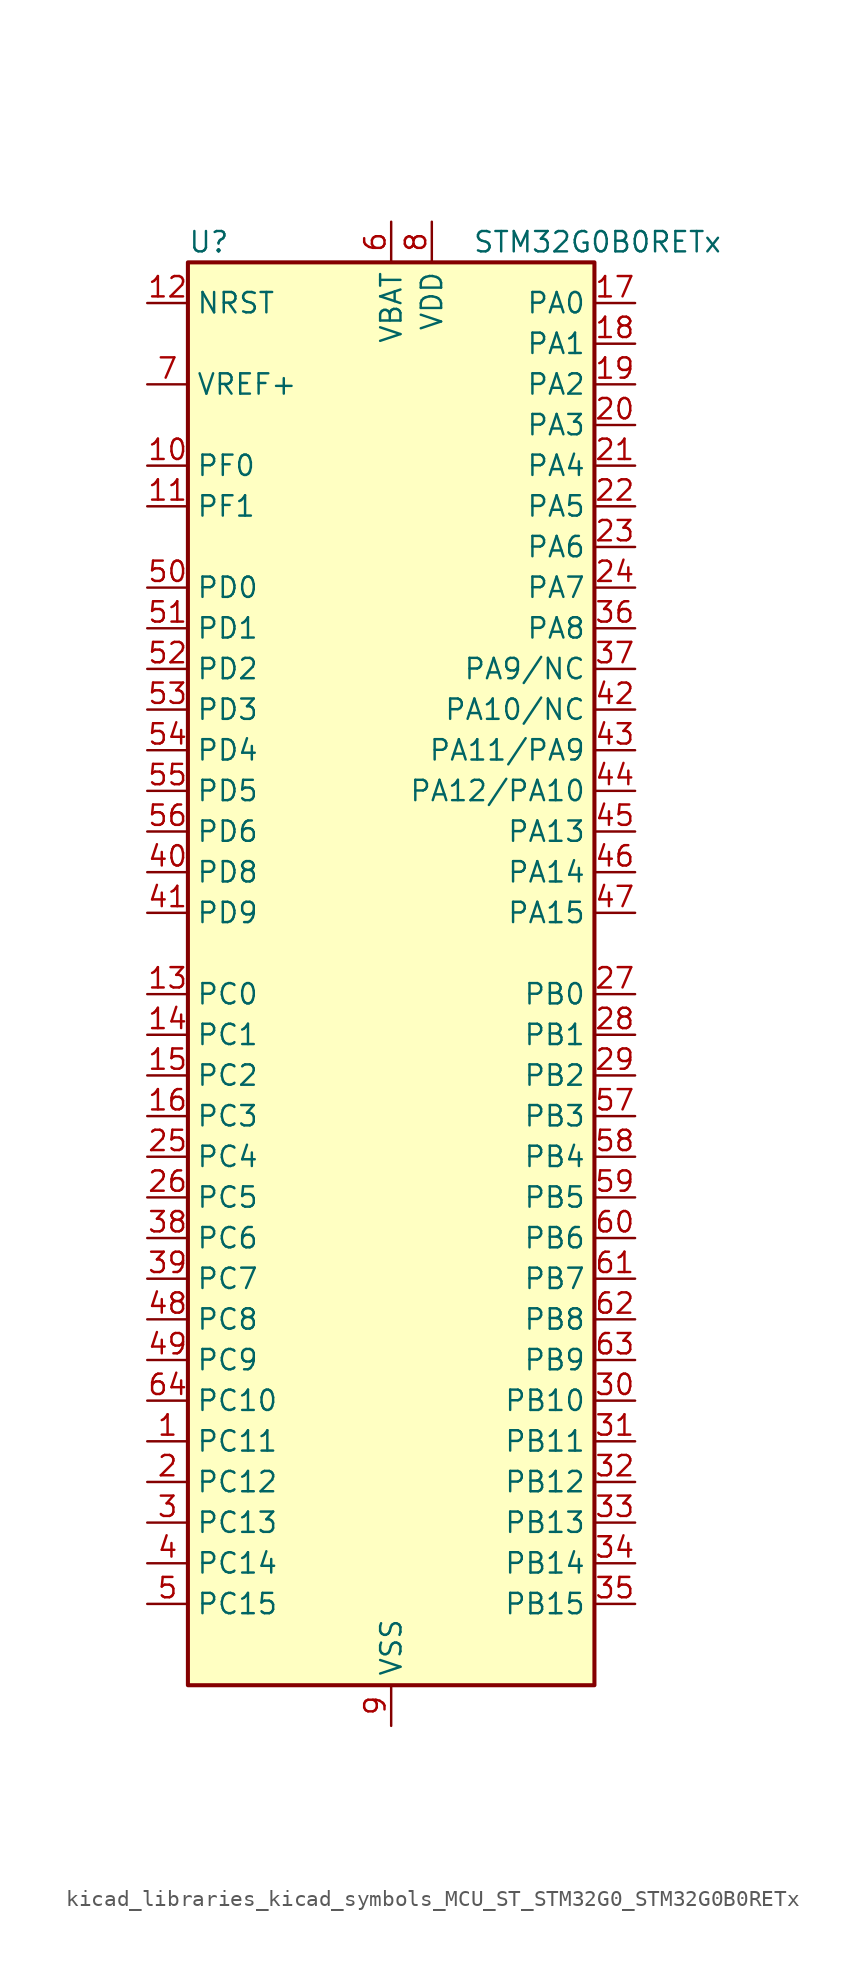
<source format=kicad_sym>
(kicad_symbol_lib
  (version 20220914)
  (generator kicad_symbol_editor)
  (symbol "kicad_libraries_kicad_symbols_MCU_ST_STM32G0_STM32G0B0RETx"
    (property "Reference" "U"
      (at -12.7 46.99 0)
      (effects (font (size 1.27 1.27)) (justify left)))
    (property "Value" "STM32G0B0RETx"
      (at 5.08 46.99 0)
      (effects (font (size 1.27 1.27)) (justify left)))
    (property "ki_locked" ""
      (at 0 0 0)
      (effects (font (size 1.27 1.27))))
    (symbol "kicad_libraries_kicad_symbols_MCU_ST_STM32G0_STM32G0B0RETx_0_1"
      (rectangle (start -12.7 -43.18) (end 12.7 45.72) (stroke (width 0.254) (type default)) (fill (type background))))
    (symbol "kicad_libraries_kicad_symbols_MCU_ST_STM32G0_STM32G0B0RETx_1_1"
      (pin bidirectional line (at -15.24 -27.94 0) (length 2.54) (name "PC11" (effects (font (size 1.27 1.27)))) (number "1" (effects (font (size 1.27 1.27)))) (alternate "ADC1_EXTI11" bidirectional line) (alternate "SPI3_MISO" bidirectional line) (alternate "TIM1_CH4" bidirectional line) (alternate "USART3_RX" bidirectional line) (alternate "USART4_RX" bidirectional line))
      (pin bidirectional line (at -15.24 33.02 0) (length 2.54) (name "PF0" (effects (font (size 1.27 1.27)))) (number "10" (effects (font (size 1.27 1.27)))) (alternate "CRS1_SYNC" bidirectional line) (alternate "RCC_OSC_IN" bidirectional line) (alternate "TIM14_CH1" bidirectional line))
      (pin bidirectional line (at -15.24 30.48 0) (length 2.54) (name "PF1" (effects (font (size 1.27 1.27)))) (number "11" (effects (font (size 1.27 1.27)))) (alternate "RCC_OSC_EN" bidirectional line) (alternate "RCC_OSC_OUT" bidirectional line) (alternate "TIM15_CH1N" bidirectional line))
      (pin input line (at -15.24 43.18 0) (length 2.54) (name "NRST" (effects (font (size 1.27 1.27)))) (number "12" (effects (font (size 1.27 1.27)))))
      (pin bidirectional line (at -15.24 0 0) (length 2.54) (name "PC0" (effects (font (size 1.27 1.27)))) (number "13" (effects (font (size 1.27 1.27)))) (alternate "I2C3_SCL" bidirectional line) (alternate "USART6_TX" bidirectional line))
      (pin bidirectional line (at -15.24 -2.54 0) (length 2.54) (name "PC1" (effects (font (size 1.27 1.27)))) (number "14" (effects (font (size 1.27 1.27)))) (alternate "I2C3_SDA" bidirectional line) (alternate "TIM15_CH1" bidirectional line) (alternate "USART6_RX" bidirectional line))
      (pin bidirectional line (at -15.24 -5.08 0) (length 2.54) (name "PC2" (effects (font (size 1.27 1.27)))) (number "15" (effects (font (size 1.27 1.27)))) (alternate "I2S2_MCK" bidirectional line) (alternate "SPI2_MISO" bidirectional line) (alternate "TIM15_CH2" bidirectional line))
      (pin bidirectional line (at -15.24 -7.62 0) (length 2.54) (name "PC3" (effects (font (size 1.27 1.27)))) (number "16" (effects (font (size 1.27 1.27)))) (alternate "I2S2_SD" bidirectional line) (alternate "SPI2_MOSI" bidirectional line))
      (pin bidirectional line (at 15.24 43.18 180) (length 2.54) (name "PA0" (effects (font (size 1.27 1.27)))) (number "17" (effects (font (size 1.27 1.27)))) (alternate "ADC1_IN0" bidirectional line) (alternate "I2S2_CK" bidirectional line) (alternate "RTC_TAMP_IN2" bidirectional line) (alternate "SPI2_SCK" bidirectional line) (alternate "SYS_WKUP1" bidirectional line) (alternate "USART2_CTS" bidirectional line) (alternate "USART2_NSS" bidirectional line) (alternate "USART4_TX" bidirectional line))
      (pin bidirectional line (at 15.24 40.64 180) (length 2.54) (name "PA1" (effects (font (size 1.27 1.27)))) (number "18" (effects (font (size 1.27 1.27)))) (alternate "ADC1_IN1" bidirectional line) (alternate "I2C1_SMBA" bidirectional line) (alternate "I2S1_CK" bidirectional line) (alternate "SPI1_SCK" bidirectional line) (alternate "TIM15_CH1N" bidirectional line) (alternate "USART2_CK" bidirectional line) (alternate "USART2_DE" bidirectional line) (alternate "USART2_RTS" bidirectional line) (alternate "USART4_RX" bidirectional line))
      (pin bidirectional line (at 15.24 38.1 180) (length 2.54) (name "PA2" (effects (font (size 1.27 1.27)))) (number "19" (effects (font (size 1.27 1.27)))) (alternate "ADC1_IN2" bidirectional line) (alternate "I2S1_SD" bidirectional line) (alternate "RCC_LSCO" bidirectional line) (alternate "SPI1_MOSI" bidirectional line) (alternate "SYS_WKUP4" bidirectional line) (alternate "TIM15_CH1" bidirectional line) (alternate "USART2_TX" bidirectional line))
      (pin bidirectional line (at -15.24 -30.48 0) (length 2.54) (name "PC12" (effects (font (size 1.27 1.27)))) (number "2" (effects (font (size 1.27 1.27)))) (alternate "SPI3_MOSI" bidirectional line) (alternate "TIM14_CH1" bidirectional line) (alternate "USART5_TX" bidirectional line))
      (pin bidirectional line (at 15.24 35.56 180) (length 2.54) (name "PA3" (effects (font (size 1.27 1.27)))) (number "20" (effects (font (size 1.27 1.27)))) (alternate "ADC1_IN3" bidirectional line) (alternate "I2S2_MCK" bidirectional line) (alternate "SPI2_MISO" bidirectional line) (alternate "TIM15_CH2" bidirectional line) (alternate "USART2_RX" bidirectional line))
      (pin bidirectional line (at 15.24 33.02 180) (length 2.54) (name "PA4" (effects (font (size 1.27 1.27)))) (number "21" (effects (font (size 1.27 1.27)))) (alternate "ADC1_IN4" bidirectional line) (alternate "I2S1_WS" bidirectional line) (alternate "I2S2_SD" bidirectional line) (alternate "RTC_OUT2" bidirectional line) (alternate "SPI1_NSS" bidirectional line) (alternate "SPI2_MOSI" bidirectional line) (alternate "SPI3_NSS" bidirectional line) (alternate "TIM14_CH1" bidirectional line) (alternate "USART6_TX" bidirectional line) (alternate "USB_NOE" bidirectional line))
      (pin bidirectional line (at 15.24 30.48 180) (length 2.54) (name "PA5" (effects (font (size 1.27 1.27)))) (number "22" (effects (font (size 1.27 1.27)))) (alternate "ADC1_IN5" bidirectional line) (alternate "I2S1_CK" bidirectional line) (alternate "SPI1_SCK" bidirectional line) (alternate "USART3_TX" bidirectional line) (alternate "USART6_RX" bidirectional line))
      (pin bidirectional line (at 15.24 27.94 180) (length 2.54) (name "PA6" (effects (font (size 1.27 1.27)))) (number "23" (effects (font (size 1.27 1.27)))) (alternate "ADC1_IN6" bidirectional line) (alternate "I2C2_SDA" bidirectional line) (alternate "I2C3_SDA" bidirectional line) (alternate "I2S1_MCK" bidirectional line) (alternate "SPI1_MISO" bidirectional line) (alternate "TIM16_CH1" bidirectional line) (alternate "TIM1_BK" bidirectional line) (alternate "TIM3_CH1" bidirectional line) (alternate "USART3_CTS" bidirectional line) (alternate "USART3_NSS" bidirectional line) (alternate "USART6_CTS" bidirectional line) (alternate "USART6_NSS" bidirectional line))
      (pin bidirectional line (at 15.24 25.4 180) (length 2.54) (name "PA7" (effects (font (size 1.27 1.27)))) (number "24" (effects (font (size 1.27 1.27)))) (alternate "ADC1_IN7" bidirectional line) (alternate "I2C2_SCL" bidirectional line) (alternate "I2C3_SCL" bidirectional line) (alternate "I2S1_SD" bidirectional line) (alternate "SPI1_MOSI" bidirectional line) (alternate "TIM14_CH1" bidirectional line) (alternate "TIM17_CH1" bidirectional line) (alternate "TIM1_CH1N" bidirectional line) (alternate "TIM3_CH2" bidirectional line) (alternate "USART6_CK" bidirectional line) (alternate "USART6_DE" bidirectional line) (alternate "USART6_RTS" bidirectional line))
      (pin bidirectional line (at -15.24 -10.16 0) (length 2.54) (name "PC4" (effects (font (size 1.27 1.27)))) (number "25" (effects (font (size 1.27 1.27)))) (alternate "ADC1_IN17" bidirectional line) (alternate "USART1_TX" bidirectional line) (alternate "USART3_TX" bidirectional line))
      (pin bidirectional line (at -15.24 -12.7 0) (length 2.54) (name "PC5" (effects (font (size 1.27 1.27)))) (number "26" (effects (font (size 1.27 1.27)))) (alternate "ADC1_IN18" bidirectional line) (alternate "SYS_WKUP5" bidirectional line) (alternate "USART1_RX" bidirectional line) (alternate "USART3_RX" bidirectional line))
      (pin bidirectional line (at 15.24 0 180) (length 2.54) (name "PB0" (effects (font (size 1.27 1.27)))) (number "27" (effects (font (size 1.27 1.27)))) (alternate "ADC1_IN8" bidirectional line) (alternate "I2S1_WS" bidirectional line) (alternate "SPI1_NSS" bidirectional line) (alternate "TIM1_CH2N" bidirectional line) (alternate "TIM3_CH3" bidirectional line) (alternate "USART3_RX" bidirectional line) (alternate "USART5_TX" bidirectional line))
      (pin bidirectional line (at 15.24 -2.54 180) (length 2.54) (name "PB1" (effects (font (size 1.27 1.27)))) (number "28" (effects (font (size 1.27 1.27)))) (alternate "ADC1_IN9" bidirectional line) (alternate "TIM14_CH1" bidirectional line) (alternate "TIM1_CH3N" bidirectional line) (alternate "TIM3_CH4" bidirectional line) (alternate "USART3_CK" bidirectional line) (alternate "USART3_DE" bidirectional line) (alternate "USART3_RTS" bidirectional line) (alternate "USART5_RX" bidirectional line))
      (pin bidirectional line (at 15.24 -5.08 180) (length 2.54) (name "PB2" (effects (font (size 1.27 1.27)))) (number "29" (effects (font (size 1.27 1.27)))) (alternate "ADC1_IN10" bidirectional line) (alternate "I2S2_MCK" bidirectional line) (alternate "RCC_MCO_2" bidirectional line) (alternate "SPI2_MISO" bidirectional line) (alternate "USART3_TX" bidirectional line))
      (pin bidirectional line (at -15.24 -33.02 0) (length 2.54) (name "PC13" (effects (font (size 1.27 1.27)))) (number "3" (effects (font (size 1.27 1.27)))) (alternate "RTC_OUT1" bidirectional line) (alternate "RTC_TAMP_IN1" bidirectional line) (alternate "RTC_TS" bidirectional line) (alternate "SYS_WKUP2" bidirectional line) (alternate "TIM1_BK" bidirectional line))
      (pin bidirectional line (at 15.24 -25.4 180) (length 2.54) (name "PB10" (effects (font (size 1.27 1.27)))) (number "30" (effects (font (size 1.27 1.27)))) (alternate "ADC1_IN11" bidirectional line) (alternate "I2C2_SCL" bidirectional line) (alternate "I2S2_CK" bidirectional line) (alternate "SPI2_SCK" bidirectional line) (alternate "USART3_TX" bidirectional line))
      (pin bidirectional line (at 15.24 -27.94 180) (length 2.54) (name "PB11" (effects (font (size 1.27 1.27)))) (number "31" (effects (font (size 1.27 1.27)))) (alternate "ADC1_EXTI11" bidirectional line) (alternate "ADC1_IN15" bidirectional line) (alternate "I2C2_SDA" bidirectional line) (alternate "I2S2_SD" bidirectional line) (alternate "SPI2_MOSI" bidirectional line) (alternate "USART3_RX" bidirectional line))
      (pin bidirectional line (at 15.24 -30.48 180) (length 2.54) (name "PB12" (effects (font (size 1.27 1.27)))) (number "32" (effects (font (size 1.27 1.27)))) (alternate "ADC1_IN16" bidirectional line) (alternate "I2C2_SMBA" bidirectional line) (alternate "I2S2_WS" bidirectional line) (alternate "SPI2_NSS" bidirectional line) (alternate "TIM15_BK" bidirectional line) (alternate "TIM1_BK" bidirectional line))
      (pin bidirectional line (at 15.24 -33.02 180) (length 2.54) (name "PB13" (effects (font (size 1.27 1.27)))) (number "33" (effects (font (size 1.27 1.27)))) (alternate "I2C2_SCL" bidirectional line) (alternate "I2S2_CK" bidirectional line) (alternate "SPI2_SCK" bidirectional line) (alternate "TIM15_CH1N" bidirectional line) (alternate "TIM1_CH1N" bidirectional line) (alternate "USART3_CTS" bidirectional line) (alternate "USART3_NSS" bidirectional line))
      (pin bidirectional line (at 15.24 -35.56 180) (length 2.54) (name "PB14" (effects (font (size 1.27 1.27)))) (number "34" (effects (font (size 1.27 1.27)))) (alternate "I2C2_SDA" bidirectional line) (alternate "I2S2_MCK" bidirectional line) (alternate "SPI2_MISO" bidirectional line) (alternate "TIM15_CH1" bidirectional line) (alternate "TIM1_CH2N" bidirectional line) (alternate "USART3_CK" bidirectional line) (alternate "USART3_DE" bidirectional line) (alternate "USART3_RTS" bidirectional line) (alternate "USART6_CK" bidirectional line) (alternate "USART6_DE" bidirectional line) (alternate "USART6_RTS" bidirectional line))
      (pin bidirectional line (at 15.24 -38.1 180) (length 2.54) (name "PB15" (effects (font (size 1.27 1.27)))) (number "35" (effects (font (size 1.27 1.27)))) (alternate "I2S2_SD" bidirectional line) (alternate "RTC_REFIN" bidirectional line) (alternate "SPI2_MOSI" bidirectional line) (alternate "TIM15_CH1N" bidirectional line) (alternate "TIM15_CH2" bidirectional line) (alternate "TIM1_CH3N" bidirectional line) (alternate "USART6_CTS" bidirectional line) (alternate "USART6_NSS" bidirectional line))
      (pin bidirectional line (at 15.24 22.86 180) (length 2.54) (name "PA8" (effects (font (size 1.27 1.27)))) (number "36" (effects (font (size 1.27 1.27)))) (alternate "CRS1_SYNC" bidirectional line) (alternate "I2C2_SMBA" bidirectional line) (alternate "I2S2_WS" bidirectional line) (alternate "RCC_MCO" bidirectional line) (alternate "SPI2_NSS" bidirectional line) (alternate "TIM1_CH1" bidirectional line))
      (pin bidirectional line (at 15.24 20.32 180) (length 2.54) (name "PA9/NC" (effects (font (size 1.27 1.27)))) (number "37" (effects (font (size 1.27 1.27)))) (alternate "I2C1_SCL" bidirectional line) (alternate "I2C2_SCL" bidirectional line) (alternate "I2S2_MCK" bidirectional line) (alternate "RCC_MCO" bidirectional line) (alternate "SPI2_MISO" bidirectional line) (alternate "TIM15_BK" bidirectional line) (alternate "TIM1_CH2" bidirectional line) (alternate "USART1_TX" bidirectional line))
      (pin bidirectional line (at -15.24 -15.24 0) (length 2.54) (name "PC6" (effects (font (size 1.27 1.27)))) (number "38" (effects (font (size 1.27 1.27)))) (alternate "TIM3_CH1" bidirectional line))
      (pin bidirectional line (at -15.24 -17.78 0) (length 2.54) (name "PC7" (effects (font (size 1.27 1.27)))) (number "39" (effects (font (size 1.27 1.27)))) (alternate "TIM3_CH2" bidirectional line))
      (pin bidirectional line (at -15.24 -35.56 0) (length 2.54) (name "PC14" (effects (font (size 1.27 1.27)))) (number "4" (effects (font (size 1.27 1.27)))) (alternate "RCC_OSC32_IN" bidirectional line) (alternate "TIM1_BK2" bidirectional line))
      (pin bidirectional line (at -15.24 7.62 0) (length 2.54) (name "PD8" (effects (font (size 1.27 1.27)))) (number "40" (effects (font (size 1.27 1.27)))) (alternate "I2S1_CK" bidirectional line) (alternate "SPI1_SCK" bidirectional line) (alternate "USART3_TX" bidirectional line))
      (pin bidirectional line (at -15.24 5.08 0) (length 2.54) (name "PD9" (effects (font (size 1.27 1.27)))) (number "41" (effects (font (size 1.27 1.27)))) (alternate "I2S1_WS" bidirectional line) (alternate "SPI1_NSS" bidirectional line) (alternate "TIM1_BK2" bidirectional line) (alternate "USART3_RX" bidirectional line))
      (pin bidirectional line (at 15.24 17.78 180) (length 2.54) (name "PA10/NC" (effects (font (size 1.27 1.27)))) (number "42" (effects (font (size 1.27 1.27)))) (alternate "I2C1_SDA" bidirectional line) (alternate "I2C2_SDA" bidirectional line) (alternate "I2S2_SD" bidirectional line) (alternate "RCC_MCO_2" bidirectional line) (alternate "SPI2_MOSI" bidirectional line) (alternate "TIM17_BK" bidirectional line) (alternate "TIM1_CH3" bidirectional line) (alternate "USART1_RX" bidirectional line))
      (pin bidirectional line (at 15.24 15.24 180) (length 2.54) (name "PA11/PA9" (effects (font (size 1.27 1.27)))) (number "43" (effects (font (size 1.27 1.27)))) (alternate "ADC1_EXTI11" bidirectional line) (alternate "I2C2_SCL" bidirectional line) (alternate "I2S1_MCK" bidirectional line) (alternate "SPI1_MISO" bidirectional line) (alternate "TIM1_BK2" bidirectional line) (alternate "TIM1_CH4" bidirectional line) (alternate "USART1_CTS" bidirectional line) (alternate "USART1_NSS" bidirectional line) (alternate "USB_DM" bidirectional line))
      (pin bidirectional line (at 15.24 12.7 180) (length 2.54) (name "PA12/PA10" (effects (font (size 1.27 1.27)))) (number "44" (effects (font (size 1.27 1.27)))) (alternate "I2C2_SDA" bidirectional line) (alternate "I2S1_SD" bidirectional line) (alternate "I2S_CKIN" bidirectional line) (alternate "SPI1_MOSI" bidirectional line) (alternate "TIM1_ETR" bidirectional line) (alternate "USART1_CK" bidirectional line) (alternate "USART1_DE" bidirectional line) (alternate "USART1_RTS" bidirectional line) (alternate "USB_DP" bidirectional line))
      (pin bidirectional line (at 15.24 10.16 180) (length 2.54) (name "PA13" (effects (font (size 1.27 1.27)))) (number "45" (effects (font (size 1.27 1.27)))) (alternate "IR_OUT" bidirectional line) (alternate "SYS_SWDIO" bidirectional line) (alternate "USB_NOE" bidirectional line))
      (pin bidirectional line (at 15.24 7.62 180) (length 2.54) (name "PA14" (effects (font (size 1.27 1.27)))) (number "46" (effects (font (size 1.27 1.27)))) (alternate "SYS_SWCLK" bidirectional line) (alternate "USART2_TX" bidirectional line))
      (pin bidirectional line (at 15.24 5.08 180) (length 2.54) (name "PA15" (effects (font (size 1.27 1.27)))) (number "47" (effects (font (size 1.27 1.27)))) (alternate "I2C2_SMBA" bidirectional line) (alternate "I2S1_WS" bidirectional line) (alternate "RCC_MCO_2" bidirectional line) (alternate "SPI1_NSS" bidirectional line) (alternate "SPI3_NSS" bidirectional line) (alternate "USART2_RX" bidirectional line) (alternate "USART3_CK" bidirectional line) (alternate "USART3_DE" bidirectional line) (alternate "USART3_RTS" bidirectional line) (alternate "USART4_CK" bidirectional line) (alternate "USART4_DE" bidirectional line) (alternate "USART4_RTS" bidirectional line) (alternate "USB_NOE" bidirectional line))
      (pin bidirectional line (at -15.24 -20.32 0) (length 2.54) (name "PC8" (effects (font (size 1.27 1.27)))) (number "48" (effects (font (size 1.27 1.27)))) (alternate "TIM1_CH1" bidirectional line) (alternate "TIM3_CH3" bidirectional line))
      (pin bidirectional line (at -15.24 -22.86 0) (length 2.54) (name "PC9" (effects (font (size 1.27 1.27)))) (number "49" (effects (font (size 1.27 1.27)))) (alternate "I2S_CKIN" bidirectional line) (alternate "TIM1_CH2" bidirectional line) (alternate "TIM3_CH4" bidirectional line) (alternate "USB_NOE" bidirectional line))
      (pin bidirectional line (at -15.24 -38.1 0) (length 2.54) (name "PC15" (effects (font (size 1.27 1.27)))) (number "5" (effects (font (size 1.27 1.27)))) (alternate "RCC_OSC32_EN" bidirectional line) (alternate "RCC_OSC32_OUT" bidirectional line) (alternate "RCC_OSC_EN" bidirectional line) (alternate "TIM15_BK" bidirectional line))
      (pin bidirectional line (at -15.24 25.4 0) (length 2.54) (name "PD0" (effects (font (size 1.27 1.27)))) (number "50" (effects (font (size 1.27 1.27)))) (alternate "I2S2_WS" bidirectional line) (alternate "SPI2_NSS" bidirectional line) (alternate "TIM16_CH1" bidirectional line))
      (pin bidirectional line (at -15.24 22.86 0) (length 2.54) (name "PD1" (effects (font (size 1.27 1.27)))) (number "51" (effects (font (size 1.27 1.27)))) (alternate "I2S2_CK" bidirectional line) (alternate "SPI2_SCK" bidirectional line) (alternate "TIM17_CH1" bidirectional line))
      (pin bidirectional line (at -15.24 20.32 0) (length 2.54) (name "PD2" (effects (font (size 1.27 1.27)))) (number "52" (effects (font (size 1.27 1.27)))) (alternate "TIM1_CH1N" bidirectional line) (alternate "TIM3_ETR" bidirectional line) (alternate "USART3_CK" bidirectional line) (alternate "USART3_DE" bidirectional line) (alternate "USART3_RTS" bidirectional line) (alternate "USART5_RX" bidirectional line))
      (pin bidirectional line (at -15.24 17.78 0) (length 2.54) (name "PD3" (effects (font (size 1.27 1.27)))) (number "53" (effects (font (size 1.27 1.27)))) (alternate "I2S2_MCK" bidirectional line) (alternate "SPI2_MISO" bidirectional line) (alternate "TIM1_CH2N" bidirectional line) (alternate "USART2_CTS" bidirectional line) (alternate "USART2_NSS" bidirectional line) (alternate "USART5_TX" bidirectional line))
      (pin bidirectional line (at -15.24 15.24 0) (length 2.54) (name "PD4" (effects (font (size 1.27 1.27)))) (number "54" (effects (font (size 1.27 1.27)))) (alternate "I2S2_SD" bidirectional line) (alternate "SPI2_MOSI" bidirectional line) (alternate "TIM1_CH3N" bidirectional line) (alternate "USART2_CK" bidirectional line) (alternate "USART2_DE" bidirectional line) (alternate "USART2_RTS" bidirectional line) (alternate "USART5_CK" bidirectional line) (alternate "USART5_DE" bidirectional line) (alternate "USART5_RTS" bidirectional line))
      (pin bidirectional line (at -15.24 12.7 0) (length 2.54) (name "PD5" (effects (font (size 1.27 1.27)))) (number "55" (effects (font (size 1.27 1.27)))) (alternate "I2S1_MCK" bidirectional line) (alternate "SPI1_MISO" bidirectional line) (alternate "TIM1_BK" bidirectional line) (alternate "USART2_TX" bidirectional line) (alternate "USART5_CTS" bidirectional line) (alternate "USART5_NSS" bidirectional line))
      (pin bidirectional line (at -15.24 10.16 0) (length 2.54) (name "PD6" (effects (font (size 1.27 1.27)))) (number "56" (effects (font (size 1.27 1.27)))) (alternate "I2S1_SD" bidirectional line) (alternate "SPI1_MOSI" bidirectional line) (alternate "USART2_RX" bidirectional line))
      (pin bidirectional line (at 15.24 -7.62 180) (length 2.54) (name "PB3" (effects (font (size 1.27 1.27)))) (number "57" (effects (font (size 1.27 1.27)))) (alternate "I2C2_SCL" bidirectional line) (alternate "I2C3_SCL" bidirectional line) (alternate "I2S1_CK" bidirectional line) (alternate "SPI1_SCK" bidirectional line) (alternate "SPI3_SCK" bidirectional line) (alternate "TIM1_CH2" bidirectional line) (alternate "USART1_CK" bidirectional line) (alternate "USART1_DE" bidirectional line) (alternate "USART1_RTS" bidirectional line) (alternate "USART5_TX" bidirectional line))
      (pin bidirectional line (at 15.24 -10.16 180) (length 2.54) (name "PB4" (effects (font (size 1.27 1.27)))) (number "58" (effects (font (size 1.27 1.27)))) (alternate "I2C2_SDA" bidirectional line) (alternate "I2C3_SDA" bidirectional line) (alternate "I2S1_MCK" bidirectional line) (alternate "SPI1_MISO" bidirectional line) (alternate "SPI3_MISO" bidirectional line) (alternate "TIM17_BK" bidirectional line) (alternate "TIM3_CH1" bidirectional line) (alternate "USART1_CTS" bidirectional line) (alternate "USART1_NSS" bidirectional line) (alternate "USART5_RX" bidirectional line))
      (pin bidirectional line (at 15.24 -12.7 180) (length 2.54) (name "PB5" (effects (font (size 1.27 1.27)))) (number "59" (effects (font (size 1.27 1.27)))) (alternate "I2C1_SMBA" bidirectional line) (alternate "I2S1_SD" bidirectional line) (alternate "SPI1_MOSI" bidirectional line) (alternate "SPI3_MOSI" bidirectional line) (alternate "SYS_WKUP6" bidirectional line) (alternate "TIM16_BK" bidirectional line) (alternate "TIM3_CH2" bidirectional line) (alternate "USART5_CK" bidirectional line) (alternate "USART5_DE" bidirectional line) (alternate "USART5_RTS" bidirectional line))
      (pin power_in line (at 0 48.26 270) (length 2.54) (name "VBAT" (effects (font (size 1.27 1.27)))) (number "6" (effects (font (size 1.27 1.27)))))
      (pin bidirectional line (at 15.24 -15.24 180) (length 2.54) (name "PB6" (effects (font (size 1.27 1.27)))) (number "60" (effects (font (size 1.27 1.27)))) (alternate "I2C1_SCL" bidirectional line) (alternate "I2S2_MCK" bidirectional line) (alternate "SPI2_MISO" bidirectional line) (alternate "TIM16_CH1N" bidirectional line) (alternate "TIM1_CH3" bidirectional line) (alternate "TIM4_CH1" bidirectional line) (alternate "USART1_TX" bidirectional line) (alternate "USART5_CTS" bidirectional line) (alternate "USART5_NSS" bidirectional line))
      (pin bidirectional line (at 15.24 -17.78 180) (length 2.54) (name "PB7" (effects (font (size 1.27 1.27)))) (number "61" (effects (font (size 1.27 1.27)))) (alternate "I2C1_SDA" bidirectional line) (alternate "I2S2_SD" bidirectional line) (alternate "SPI2_MOSI" bidirectional line) (alternate "TIM17_CH1N" bidirectional line) (alternate "TIM4_CH2" bidirectional line) (alternate "USART1_RX" bidirectional line) (alternate "USART4_CTS" bidirectional line) (alternate "USART4_NSS" bidirectional line))
      (pin bidirectional line (at 15.24 -20.32 180) (length 2.54) (name "PB8" (effects (font (size 1.27 1.27)))) (number "62" (effects (font (size 1.27 1.27)))) (alternate "I2C1_SCL" bidirectional line) (alternate "I2S2_CK" bidirectional line) (alternate "SPI2_SCK" bidirectional line) (alternate "TIM15_BK" bidirectional line) (alternate "TIM16_CH1" bidirectional line) (alternate "TIM4_CH3" bidirectional line) (alternate "USART3_TX" bidirectional line) (alternate "USART6_TX" bidirectional line))
      (pin bidirectional line (at 15.24 -22.86 180) (length 2.54) (name "PB9" (effects (font (size 1.27 1.27)))) (number "63" (effects (font (size 1.27 1.27)))) (alternate "I2C1_SDA" bidirectional line) (alternate "I2S2_WS" bidirectional line) (alternate "IR_OUT" bidirectional line) (alternate "SPI2_NSS" bidirectional line) (alternate "TIM17_CH1" bidirectional line) (alternate "TIM4_CH4" bidirectional line) (alternate "USART3_RX" bidirectional line) (alternate "USART6_RX" bidirectional line))
      (pin bidirectional line (at -15.24 -25.4 0) (length 2.54) (name "PC10" (effects (font (size 1.27 1.27)))) (number "64" (effects (font (size 1.27 1.27)))) (alternate "SPI3_SCK" bidirectional line) (alternate "TIM1_CH3" bidirectional line) (alternate "USART3_TX" bidirectional line) (alternate "USART4_TX" bidirectional line))
      (pin input line (at -15.24 38.1 0) (length 2.54) (name "VREF+" (effects (font (size 1.27 1.27)))) (number "7" (effects (font (size 1.27 1.27)))))
      (pin power_in line (at 2.54 48.26 270) (length 2.54) (name "VDD" (effects (font (size 1.27 1.27)))) (number "8" (effects (font (size 1.27 1.27)))))
      (pin power_in line (at 0 -45.72 90) (length 2.54) (name "VSS" (effects (font (size 1.27 1.27)))) (number "9" (effects (font (size 1.27 1.27))))))))
</source>
